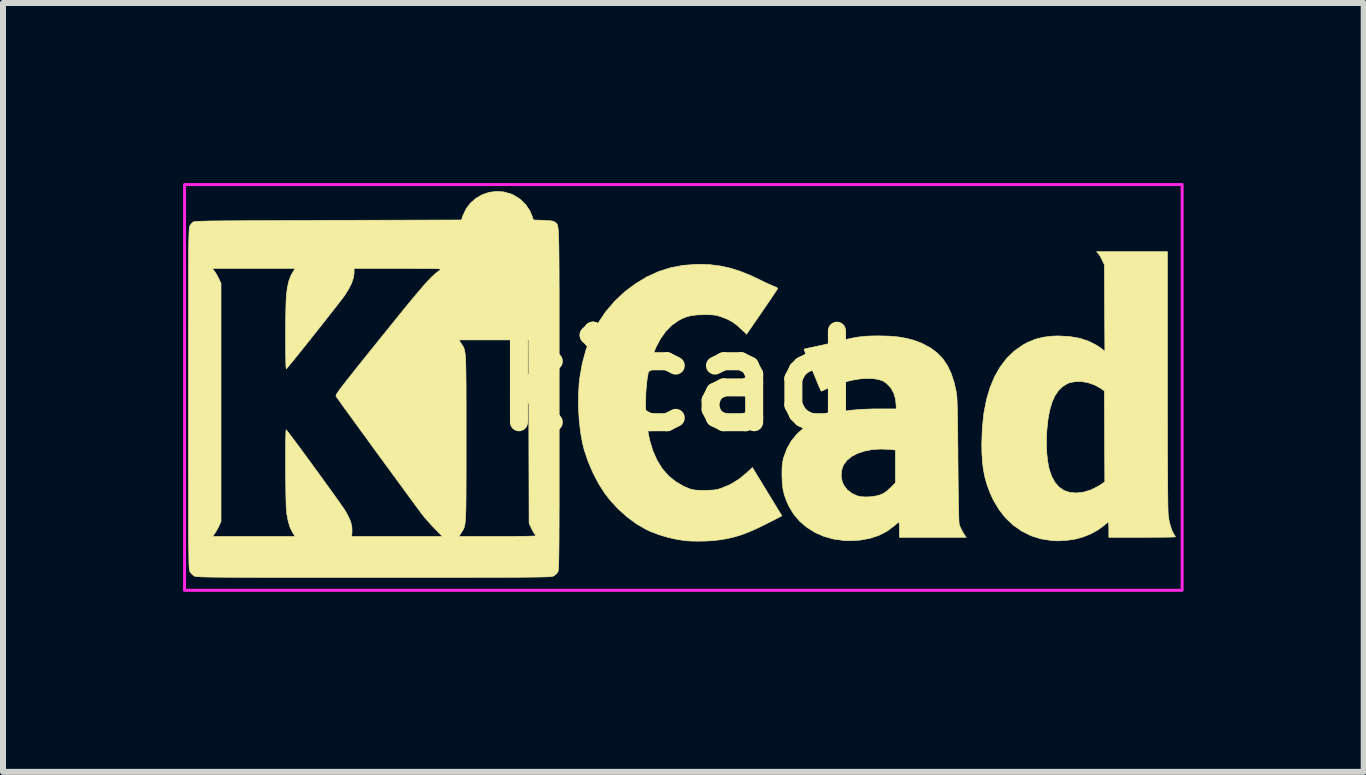
<source format=kicad_pcb>
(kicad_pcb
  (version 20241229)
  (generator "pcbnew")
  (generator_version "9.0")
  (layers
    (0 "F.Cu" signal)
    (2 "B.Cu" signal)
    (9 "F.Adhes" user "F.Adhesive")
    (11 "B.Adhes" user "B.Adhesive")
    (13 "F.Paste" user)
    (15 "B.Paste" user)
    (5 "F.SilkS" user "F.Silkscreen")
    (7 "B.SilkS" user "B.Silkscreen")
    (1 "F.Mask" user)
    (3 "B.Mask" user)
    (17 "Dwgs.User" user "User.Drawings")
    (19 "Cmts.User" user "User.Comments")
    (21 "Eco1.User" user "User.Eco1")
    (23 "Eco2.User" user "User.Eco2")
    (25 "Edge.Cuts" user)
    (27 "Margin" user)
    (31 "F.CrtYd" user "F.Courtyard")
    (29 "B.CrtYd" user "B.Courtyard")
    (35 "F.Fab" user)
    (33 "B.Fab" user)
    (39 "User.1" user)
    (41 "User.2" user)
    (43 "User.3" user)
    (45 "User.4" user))
  (footprint "kicad"
    (layer "F.Cu")
    (at 8.245 3.295)
    (property "Reference" "kicad" (at 0 0 0) (layer "F.SilkS") (effects (font (size 1.524 1.524) (thickness 0.3))))
    (attr through_hole)
    (fp_poly (pts (xy 0.536 -1.935) (xy 0.705 -1.914) (xy 0.871 -1.878) (xy 1.041 -1.824) (xy 1.218 -1.752) (xy 1.35 -1.69) (xy 1.423 -1.654) (xy 1.49 -1.622) (xy 1.549 -1.596) (xy 1.592 -1.577) (xy 1.611 -1.57) (xy 1.643 -1.557) (xy 1.66 -1.543) (xy 1.661 -1.539) (xy 1.653 -1.524) (xy 1.631 -1.491) (xy 1.598 -1.441) (xy 1.555 -1.376) (xy 1.504 -1.301) (xy 1.446 -1.217) (xy 1.401 -1.151) (xy 1.144 -0.778) (xy 1.05 -0.867) (xy 0.974 -0.934) (xy 0.904 -0.984) (xy 0.83 -1.024) (xy 0.741 -1.06) (xy 0.727 -1.065) (xy 0.68 -1.08) (xy 0.64 -1.091) (xy 0.597 -1.097) (xy 0.546 -1.101) (xy 0.479 -1.102) (xy 0.441 -1.102) (xy 0.325 -1.099) (xy 0.228 -1.088) (xy 0.143 -1.067) (xy 0.063 -1.034) (xy 0.007 -1.004) (xy -0.105 -0.924) (xy -0.206 -0.821) (xy -0.294 -0.696) (xy -0.37 -0.552) (xy -0.432 -0.39) (xy -0.481 -0.211) (xy -0.515 -0.017) (xy -0.535 0.191) (xy -0.539 0.411) (xy -0.534 0.558) (xy -0.512 0.781) (xy -0.473 0.983) (xy -0.419 1.164) (xy -0.348 1.324) (xy -0.261 1.464) (xy -0.157 1.583) (xy -0.036 1.681) (xy 0.101 1.76) (xy 0.171 1.789) (xy 0.21 1.804) (xy 0.246 1.813) (xy 0.285 1.819) (xy 0.333 1.823) (xy 0.398 1.824) (xy 0.441 1.824) (xy 0.519 1.823) (xy 0.578 1.82) (xy 0.625 1.815) (xy 0.668 1.806) (xy 0.714 1.792) (xy 0.729 1.787) (xy 0.875 1.725) (xy 1.016 1.639) (xy 1.139 1.538) (xy 1.241 1.444) (xy 1.486 1.847) (xy 1.732 2.25) (xy 1.464 2.386) (xy 1.316 2.459) (xy 1.183 2.517) (xy 1.061 2.564) (xy 0.942 2.6) (xy 0.823 2.628) (xy 0.697 2.649) (xy 0.612 2.659) (xy 0.527 2.666) (xy 0.426 2.67) (xy 0.319 2.671) (xy 0.219 2.669) (xy 0.14 2.664) (xy -0.005 2.644) (xy -0.159 2.61) (xy -0.312 2.565) (xy -0.455 2.511) (xy -0.528 2.477) (xy -0.688 2.385) (xy -0.844 2.27) (xy -0.993 2.137) (xy -1.129 1.99) (xy -1.22 1.872) (xy -1.323 1.71) (xy -1.417 1.53) (xy -1.497 1.341) (xy -1.561 1.152) (xy -1.591 1.032) (xy -1.623 0.851) (xy -1.645 0.655) (xy -1.657 0.45) (xy -1.657 0.247) (xy -1.647 0.053) (xy -1.638 -0.036) (xy -1.594 -0.288) (xy -1.529 -0.526) (xy -1.442 -0.749) (xy -1.333 -0.958) (xy -1.203 -1.151) (xy -1.053 -1.327) (xy -0.882 -1.487) (xy -0.708 -1.617) (xy -0.519 -1.731) (xy -0.325 -1.82) (xy -0.124 -1.884) (xy 0.086 -1.924) (xy 0.308 -1.941) (xy 0.361 -1.942) (xy 0.536 -1.935)) (stroke (width 0.01) (type solid)) (fill yes) (layer "F.SilkS"))
    (fp_poly (pts (xy 8.155 -0.017) (xy 8.155 0.287) (xy 8.155 0.572) (xy 8.156 0.836) (xy 8.156 1.08) (xy 8.157 1.302) (xy 8.158 1.502) (xy 8.159 1.68) (xy 8.16 1.834) (xy 8.162 1.965) (xy 8.163 2.071) (xy 8.165 2.152) (xy 8.167 2.208) (xy 8.169 2.237) (xy 8.183 2.331) (xy 8.205 2.418) (xy 8.231 2.494) (xy 8.259 2.55) (xy 8.263 2.555) (xy 8.28 2.582) (xy 8.288 2.598) (xy 8.288 2.599) (xy 8.276 2.601) (xy 8.239 2.602) (xy 8.181 2.604) (xy 8.104 2.605) (xy 8.012 2.606) (xy 7.907 2.606) (xy 7.792 2.607) (xy 7.734 2.607) (xy 7.179 2.607) (xy 7.179 2.48) (xy 7.178 2.425) (xy 7.176 2.382) (xy 7.173 2.357) (xy 7.171 2.353) (xy 7.158 2.361) (xy 7.13 2.382) (xy 7.095 2.413) (xy 7.094 2.413) (xy 6.996 2.485) (xy 6.88 2.549) (xy 6.753 2.6) (xy 6.622 2.636) (xy 6.497 2.655) (xy 6.443 2.659) (xy 6.396 2.662) (xy 6.365 2.665) (xy 6.363 2.665) (xy 6.335 2.666) (xy 6.288 2.664) (xy 6.233 2.661) (xy 6.216 2.659) (xy 6.044 2.632) (xy 5.881 2.58) (xy 5.729 2.504) (xy 5.589 2.407) (xy 5.463 2.288) (xy 5.352 2.149) (xy 5.257 1.99) (xy 5.201 1.869) (xy 5.153 1.74) (xy 5.116 1.614) (xy 5.09 1.486) (xy 5.073 1.349) (xy 5.064 1.197) (xy 5.062 1.055) (xy 6.139 1.055) (xy 6.144 1.192) (xy 6.157 1.321) (xy 6.176 1.433) (xy 6.184 1.466) (xy 6.226 1.591) (xy 6.282 1.693) (xy 6.351 1.771) (xy 6.433 1.827) (xy 6.529 1.859) (xy 6.638 1.868) (xy 6.759 1.854) (xy 6.766 1.852) (xy 6.883 1.816) (xy 7.002 1.756) (xy 7.055 1.722) (xy 7.112 1.683) (xy 7.105 0.167) (xy 7.032 0.118) (xy 6.937 0.066) (xy 6.833 0.031) (xy 6.727 0.012) (xy 6.624 0.012) (xy 6.53 0.03) (xy 6.492 0.044) (xy 6.41 0.094) (xy 6.339 0.163) (xy 6.279 0.252) (xy 6.23 0.362) (xy 6.192 0.494) (xy 6.164 0.649) (xy 6.146 0.827) (xy 6.141 0.916) (xy 6.139 1.055) (xy 5.062 1.055) (xy 5.062 1.049) (xy 5.071 0.785) (xy 5.097 0.54) (xy 5.14 0.316) (xy 5.2 0.112) (xy 5.277 -0.072) (xy 5.37 -0.234) (xy 5.479 -0.376) (xy 5.606 -0.498) (xy 5.748 -0.598) (xy 5.821 -0.638) (xy 5.953 -0.693) (xy 6.095 -0.728) (xy 6.251 -0.746) (xy 6.342 -0.748) (xy 6.527 -0.738) (xy 6.694 -0.709) (xy 6.845 -0.659) (xy 6.98 -0.59) (xy 7.042 -0.547) (xy 7.113 -0.493) (xy 7.105 -1.932) (xy 7.068 -2.012) (xy 7.044 -2.059) (xy 7.019 -2.1) (xy 7.002 -2.122) (xy 6.974 -2.152) (xy 8.155 -2.152) (xy 8.155 -0.017)) (stroke (width 0.01) (type solid)) (fill yes) (layer "F.SilkS"))
    (fp_poly (pts (xy 3.515 -0.745) (xy 3.667 -0.732) (xy 3.803 -0.709) (xy 3.928 -0.676) (xy 4.047 -0.632) (xy 4.084 -0.615) (xy 4.211 -0.546) (xy 4.32 -0.465) (xy 4.412 -0.369) (xy 4.488 -0.257) (xy 4.551 -0.126) (xy 4.601 0.026) (xy 4.634 0.17) (xy 4.638 0.195) (xy 4.642 0.224) (xy 4.646 0.258) (xy 4.649 0.299) (xy 4.651 0.35) (xy 4.653 0.413) (xy 4.655 0.489) (xy 4.657 0.58) (xy 4.659 0.688) (xy 4.661 0.815) (xy 4.662 0.963) (xy 4.664 1.135) (xy 4.665 1.323) (xy 4.667 1.539) (xy 4.669 1.733) (xy 4.672 1.902) (xy 4.674 2.048) (xy 4.677 2.169) (xy 4.679 2.266) (xy 4.682 2.337) (xy 4.685 2.382) (xy 4.688 2.4) (xy 4.71 2.451) (xy 4.74 2.511) (xy 4.772 2.564) (xy 4.781 2.577) (xy 4.803 2.607) (xy 3.69 2.607) (xy 3.69 2.48) (xy 3.689 2.425) (xy 3.687 2.382) (xy 3.684 2.357) (xy 3.682 2.353) (xy 3.668 2.361) (xy 3.641 2.383) (xy 3.606 2.413) (xy 3.606 2.413) (xy 3.485 2.504) (xy 3.348 2.575) (xy 3.195 2.625) (xy 3.028 2.655) (xy 2.849 2.663) (xy 2.761 2.659) (xy 2.591 2.636) (xy 2.431 2.591) (xy 2.283 2.526) (xy 2.148 2.441) (xy 2.029 2.34) (xy 1.929 2.223) (xy 1.851 2.093) (xy 1.804 1.99) (xy 1.771 1.895) (xy 1.749 1.798) (xy 1.738 1.693) (xy 1.734 1.591) (xy 2.72 1.591) (xy 2.737 1.68) (xy 2.762 1.738) (xy 2.818 1.813) (xy 2.895 1.873) (xy 2.986 1.916) (xy 2.993 1.918) (xy 3.059 1.931) (xy 3.14 1.935) (xy 3.227 1.93) (xy 3.311 1.916) (xy 3.376 1.898) (xy 3.433 1.87) (xy 3.488 1.831) (xy 3.539 1.784) (xy 3.623 1.7) (xy 3.623 1.152) (xy 3.52 1.142) (xy 3.372 1.136) (xy 3.233 1.146) (xy 3.105 1.171) (xy 2.991 1.209) (xy 2.894 1.26) (xy 2.816 1.324) (xy 2.76 1.399) (xy 2.752 1.415) (xy 2.725 1.499) (xy 2.72 1.591) (xy 1.734 1.591) (xy 1.733 1.571) (xy 1.734 1.488) (xy 1.736 1.425) (xy 1.741 1.373) (xy 1.75 1.326) (xy 1.762 1.277) (xy 1.816 1.131) (xy 1.89 1) (xy 1.986 0.883) (xy 2.103 0.779) (xy 2.244 0.686) (xy 2.34 0.636) (xy 2.46 0.585) (xy 2.588 0.544) (xy 2.727 0.512) (xy 2.882 0.49) (xy 3.055 0.475) (xy 3.249 0.468) (xy 3.336 0.468) (xy 3.636 0.468) (xy 3.636 0.415) (xy 3.625 0.303) (xy 3.594 0.202) (xy 3.545 0.114) (xy 3.478 0.044) (xy 3.417 0.003) (xy 3.348 -0.021) (xy 3.26 -0.036) (xy 3.157 -0.04) (xy 3.045 -0.034) (xy 2.929 -0.016) (xy 2.915 -0.014) (xy 2.809 0.012) (xy 2.694 0.047) (xy 2.582 0.088) (xy 2.482 0.13) (xy 2.455 0.143) (xy 2.419 0.16) (xy 2.393 0.17) (xy 2.386 0.171) (xy 2.379 0.157) (xy 2.363 0.122) (xy 2.341 0.071) (xy 2.314 0.006) (xy 2.284 -0.068) (xy 2.251 -0.147) (xy 2.218 -0.227) (xy 2.187 -0.305) (xy 2.158 -0.377) (xy 2.133 -0.439) (xy 2.114 -0.488) (xy 2.103 -0.518) (xy 2.101 -0.528) (xy 2.115 -0.532) (xy 2.15 -0.54) (xy 2.202 -0.552) (xy 2.265 -0.565) (xy 2.279 -0.568) (xy 2.354 -0.584) (xy 2.446 -0.604) (xy 2.544 -0.627) (xy 2.641 -0.65) (xy 2.687 -0.662) (xy 2.805 -0.69) (xy 2.905 -0.712) (xy 2.992 -0.728) (xy 3.075 -0.738) (xy 3.159 -0.745) (xy 3.251 -0.748) (xy 3.342 -0.749) (xy 3.515 -0.745)) (stroke (width 0.01) (type solid)) (fill yes) (layer "F.SilkS"))
    (fp_poly (pts (xy -2.905 -3.148) (xy -2.788 -3.116) (xy -2.734 -3.093) (xy -2.629 -3.026) (xy -2.54 -2.94) (xy -2.471 -2.84) (xy -2.432 -2.75) (xy -2.408 -2.68) (xy -2.241 -2.674) (xy -2.169 -2.67) (xy -2.119 -2.666) (xy -2.085 -2.66) (xy -2.062 -2.652) (xy -2.046 -2.64) (xy -2.045 -2.64) (xy -2.038 -2.634) (xy -2.031 -2.629) (xy -2.024 -2.623) (xy -2.018 -2.617) (xy -2.013 -2.608) (xy -2.008 -2.596) (xy -2.004 -2.579) (xy -2 -2.558) (xy -1.996 -2.529) (xy -1.993 -2.493) (xy -1.991 -2.449) (xy -1.988 -2.395) (xy -1.986 -2.33) (xy -1.984 -2.253) (xy -1.983 -2.164) (xy -1.982 -2.06) (xy -1.981 -1.941) (xy -1.98 -1.807) (xy -1.98 -1.655) (xy -1.979 -1.485) (xy -1.979 -1.296) (xy -1.979 -1.086) (xy -1.979 -0.855) (xy -1.979 -0.602) (xy -1.979 -0.325) (xy -1.979 -0.023) (xy -1.979 0.303) (xy -1.979 0.628) (xy -1.979 0.927) (xy -1.979 1.202) (xy -1.979 1.453) (xy -1.979 1.682) (xy -1.979 1.889) (xy -1.979 2.076) (xy -1.98 2.244) (xy -1.98 2.393) (xy -1.981 2.526) (xy -1.981 2.642) (xy -1.982 2.743) (xy -1.983 2.831) (xy -1.984 2.906) (xy -1.985 2.969) (xy -1.986 3.022) (xy -1.987 3.065) (xy -1.989 3.099) (xy -1.991 3.126) (xy -1.993 3.147) (xy -1.995 3.162) (xy -1.997 3.173) (xy -2 3.181) (xy -2.002 3.187) (xy -2.004 3.189) (xy -2.033 3.223) (xy -2.072 3.251) (xy -2.076 3.253) (xy -2.083 3.255) (xy -2.092 3.258) (xy -2.106 3.26) (xy -2.125 3.262) (xy -2.15 3.264) (xy -2.182 3.265) (xy -2.222 3.267) (xy -2.272 3.268) (xy -2.331 3.269) (xy -2.403 3.27) (xy -2.486 3.271) (xy -2.584 3.272) (xy -2.695 3.273) (xy -2.822 3.273) (xy -2.966 3.274) (xy -3.128 3.274) (xy -3.308 3.274) (xy -3.508 3.275) (xy -3.729 3.275) (xy -3.971 3.275) (xy -4.236 3.275) (xy -4.526 3.275) (xy -4.84 3.275) (xy -5.069 3.275) (xy -5.4 3.275) (xy -5.705 3.275) (xy -5.986 3.275) (xy -6.243 3.275) (xy -6.477 3.275) (xy -6.69 3.275) (xy -6.883 3.275) (xy -7.056 3.274) (xy -7.211 3.274) (xy -7.349 3.273) (xy -7.471 3.273) (xy -7.577 3.272) (xy -7.669 3.271) (xy -7.749 3.27) (xy -7.816 3.269) (xy -7.872 3.268) (xy -7.919 3.267) (xy -7.957 3.265) (xy -7.987 3.264) (xy -8.01 3.262) (xy -8.027 3.26) (xy -8.04 3.258) (xy -8.05 3.255) (xy -8.057 3.253) (xy -8.06 3.251) (xy -8.098 3.222) (xy -8.129 3.184) (xy -8.13 3.181) (xy -8.133 3.175) (xy -8.136 3.167) (xy -8.138 3.156) (xy -8.14 3.142) (xy -8.142 3.122) (xy -8.144 3.096) (xy -8.146 3.063) (xy -8.147 3.022) (xy -8.148 2.971) (xy -8.149 2.91) (xy -8.15 2.838) (xy -8.151 2.753) (xy -8.152 2.654) (xy -8.153 2.54) (xy -8.153 2.411) (xy -8.154 2.265) (xy -8.154 2.101) (xy -8.154 1.918) (xy -8.154 1.715) (xy -8.155 1.491) (xy -8.155 1.244) (xy -8.155 0.974) (xy -8.155 0.68) (xy -8.155 0.361) (xy -8.155 0.294) (xy -8.155 -0.03) (xy -8.155 -0.329) (xy -8.155 -0.603) (xy -8.155 -0.854) (xy -8.154 -1.082) (xy -8.154 -1.289) (xy -8.154 -1.476) (xy -8.154 -1.643) (xy -8.153 -1.792) (xy -8.153 -1.872) (xy -7.757 -1.872) (xy -7.721 -1.825) (xy -7.695 -1.786) (xy -7.667 -1.735) (xy -7.649 -1.701) (xy -7.613 -1.624) (xy -7.613 2.346) (xy -7.651 2.426) (xy -7.676 2.476) (xy -7.704 2.523) (xy -7.721 2.549) (xy -7.755 2.593) (xy -6.377 2.593) (xy -6.418 2.53) (xy -6.461 2.445) (xy -6.493 2.342) (xy -6.516 2.219) (xy -6.524 2.14) (xy -6.527 2.095) (xy -6.529 2.031) (xy -6.531 1.95) (xy -6.533 1.857) (xy -6.534 1.753) (xy -6.535 1.642) (xy -6.536 1.527) (xy -6.537 1.411) (xy -6.537 1.297) (xy -6.537 1.188) (xy -6.536 1.088) (xy -6.535 0.998) (xy -6.534 0.924) (xy -6.532 0.866) (xy -6.53 0.829) (xy -6.527 0.816) (xy -6.527 0.816) (xy -6.517 0.827) (xy -6.493 0.857) (xy -6.457 0.905) (xy -6.41 0.967) (xy -6.354 1.042) (xy -6.29 1.128) (xy -6.221 1.222) (xy -6.148 1.322) (xy -6.072 1.426) (xy -5.995 1.531) (xy -5.919 1.636) (xy -5.846 1.737) (xy -5.776 1.834) (xy -5.712 1.923) (xy -5.656 2.002) (xy -5.608 2.07) (xy -5.571 2.123) (xy -5.547 2.16) (xy -5.54 2.17) (xy -5.486 2.269) (xy -5.45 2.356) (xy -5.432 2.436) (xy -5.43 2.514) (xy -5.43 2.514) (xy -5.436 2.593) (xy -3.923 2.593) (xy -4.044 2.47) (xy -4.1 2.411) (xy -4.159 2.346) (xy -4.213 2.285) (xy -4.247 2.243) (xy -4.265 2.22) (xy -4.296 2.178) (xy -4.341 2.118) (xy -4.396 2.043) (xy -4.461 1.955) (xy -4.534 1.855) (xy -4.614 1.745) (xy -4.7 1.628) (xy -4.79 1.505) (xy -4.883 1.378) (xy -4.977 1.25) (xy -5.071 1.121) (xy -5.163 0.994) (xy -5.252 0.872) (xy -5.337 0.755) (xy -5.417 0.645) (xy -5.489 0.546) (xy -5.553 0.458) (xy -5.607 0.383) (xy -5.649 0.324) (xy -5.679 0.282) (xy -5.695 0.259) (xy -5.696 0.257) (xy -5.698 0.251) (xy -5.696 0.242) (xy -5.69 0.228) (xy -5.679 0.208) (xy -5.661 0.181) (xy -5.635 0.145) (xy -5.601 0.099) (xy -5.557 0.042) (xy -5.502 -0.028) (xy -5.435 -0.112) (xy -5.356 -0.212) (xy -5.262 -0.329) (xy -5.154 -0.464) (xy -5.063 -0.576) (xy -4.979 -0.682) (xy -3.649 -0.682) (xy -3.609 -0.618) (xy -3.596 -0.599) (xy -3.585 -0.581) (xy -3.575 -0.564) (xy -3.567 -0.545) (xy -3.559 -0.523) (xy -3.553 -0.496) (xy -3.547 -0.463) (xy -3.543 -0.422) (xy -3.539 -0.372) (xy -3.536 -0.31) (xy -3.534 -0.236) (xy -3.532 -0.148) (xy -3.531 -0.044) (xy -3.53 0.077) (xy -3.53 0.218) (xy -3.529 0.379) (xy -3.529 0.563) (xy -3.529 0.77) (xy -3.529 0.956) (xy -3.529 1.184) (xy -3.529 1.386) (xy -3.529 1.565) (xy -3.53 1.722) (xy -3.53 1.859) (xy -3.531 1.977) (xy -3.532 2.078) (xy -3.534 2.164) (xy -3.537 2.235) (xy -3.54 2.294) (xy -3.544 2.342) (xy -3.548 2.382) (xy -3.554 2.413) (xy -3.561 2.439) (xy -3.568 2.46) (xy -3.577 2.479) (xy -3.587 2.496) (xy -3.599 2.514) (xy -3.609 2.53) (xy -3.649 2.593) (xy -3.008 2.593) (xy -2.876 2.593) (xy -2.755 2.593) (xy -2.645 2.591) (xy -2.551 2.59) (xy -2.473 2.588) (xy -2.415 2.586) (xy -2.378 2.584) (xy -2.366 2.582) (xy -2.375 2.564) (xy -2.385 2.555) (xy -2.399 2.535) (xy -2.42 2.499) (xy -2.441 2.456) (xy -2.48 2.373) (xy -2.484 0.846) (xy -2.487 -0.682) (xy -3.649 -0.682) (xy -4.979 -0.682) (xy -4.917 -0.758) (xy -4.786 -0.92) (xy -4.67 -1.064) (xy -4.567 -1.191) (xy -4.476 -1.302) (xy -4.397 -1.398) (xy -4.327 -1.481) (xy -4.266 -1.552) (xy -4.213 -1.613) (xy -4.167 -1.664) (xy -4.126 -1.706) (xy -4.09 -1.742) (xy -4.057 -1.773) (xy -4.027 -1.798) (xy -3.997 -1.821) (xy -3.968 -1.842) (xy -3.957 -1.849) (xy -3.952 -1.854) (xy -3.951 -1.858) (xy -3.957 -1.862) (xy -3.972 -1.864) (xy -3.997 -1.867) (xy -4.036 -1.868) (xy -4.09 -1.87) (xy -4.16 -1.87) (xy -4.249 -1.871) (xy -4.358 -1.871) (xy -4.491 -1.872) (xy -4.648 -1.872) (xy -4.66 -1.872) (xy -5.396 -1.872) (xy -5.396 -1.793) (xy -5.407 -1.718) (xy -5.436 -1.63) (xy -5.484 -1.533) (xy -5.549 -1.43) (xy -5.553 -1.423) (xy -5.576 -1.392) (xy -5.613 -1.344) (xy -5.66 -1.282) (xy -5.718 -1.208) (xy -5.783 -1.125) (xy -5.854 -1.035) (xy -5.929 -0.939) (xy -6.007 -0.841) (xy -6.085 -0.743) (xy -6.162 -0.646) (xy -6.236 -0.553) (xy -6.306 -0.466) (xy -6.369 -0.388) (xy -6.424 -0.32) (xy -6.469 -0.266) (xy -6.502 -0.226) (xy -6.521 -0.204) (xy -6.525 -0.201) (xy -6.528 -0.213) (xy -6.531 -0.25) (xy -6.533 -0.306) (xy -6.534 -0.38) (xy -6.536 -0.468) (xy -6.536 -0.567) (xy -6.537 -0.673) (xy -6.537 -0.783) (xy -6.536 -0.895) (xy -6.535 -1.005) (xy -6.534 -1.109) (xy -6.532 -1.206) (xy -6.53 -1.29) (xy -6.527 -1.36) (xy -6.524 -1.412) (xy -6.524 -1.418) (xy -6.507 -1.554) (xy -6.481 -1.667) (xy -6.444 -1.762) (xy -6.418 -1.808) (xy -6.377 -1.872) (xy -7.757 -1.872) (xy -8.153 -1.872) (xy -8.153 -1.924) (xy -8.152 -2.041) (xy -8.152 -2.142) (xy -8.151 -2.229) (xy -8.15 -2.304) (xy -8.149 -2.367) (xy -8.147 -2.419) (xy -8.146 -2.462) (xy -8.144 -2.497) (xy -8.143 -2.524) (xy -8.141 -2.544) (xy -8.139 -2.56) (xy -8.136 -2.571) (xy -8.134 -2.579) (xy -8.131 -2.585) (xy -8.129 -2.589) (xy -8.103 -2.623) (xy -8.074 -2.648) (xy -8.072 -2.649) (xy -8.064 -2.652) (xy -8.046 -2.654) (xy -8.019 -2.656) (xy -7.981 -2.658) (xy -7.93 -2.66) (xy -7.867 -2.661) (xy -7.789 -2.663) (xy -7.696 -2.664) (xy -7.586 -2.665) (xy -7.459 -2.666) (xy -7.313 -2.667) (xy -7.147 -2.668) (xy -6.961 -2.669) (xy -6.753 -2.67) (xy -6.522 -2.671) (xy -6.267 -2.672) (xy -5.987 -2.673) (xy -5.824 -2.674) (xy -3.607 -2.68) (xy -3.582 -2.754) (xy -3.528 -2.867) (xy -3.454 -2.964) (xy -3.359 -3.045) (xy -3.255 -3.104) (xy -3.144 -3.141) (xy -3.025 -3.156) (xy -2.905 -3.148)) (stroke (width 0.01) (type solid)) (fill yes) (layer "F.SilkS"))
    (fp_rect (start -8.22 -3.27) (end 8.4 3.49) (stroke (width 0.05) (type default)) (fill no) (layer "F.CrtYd")))
  (gr_rect
    (start -3 -3)
    (end 19.67 9.81)
    (stroke (width 0.1) (type default))
    (fill no)
    (layer "Edge.Cuts")))
</source>
